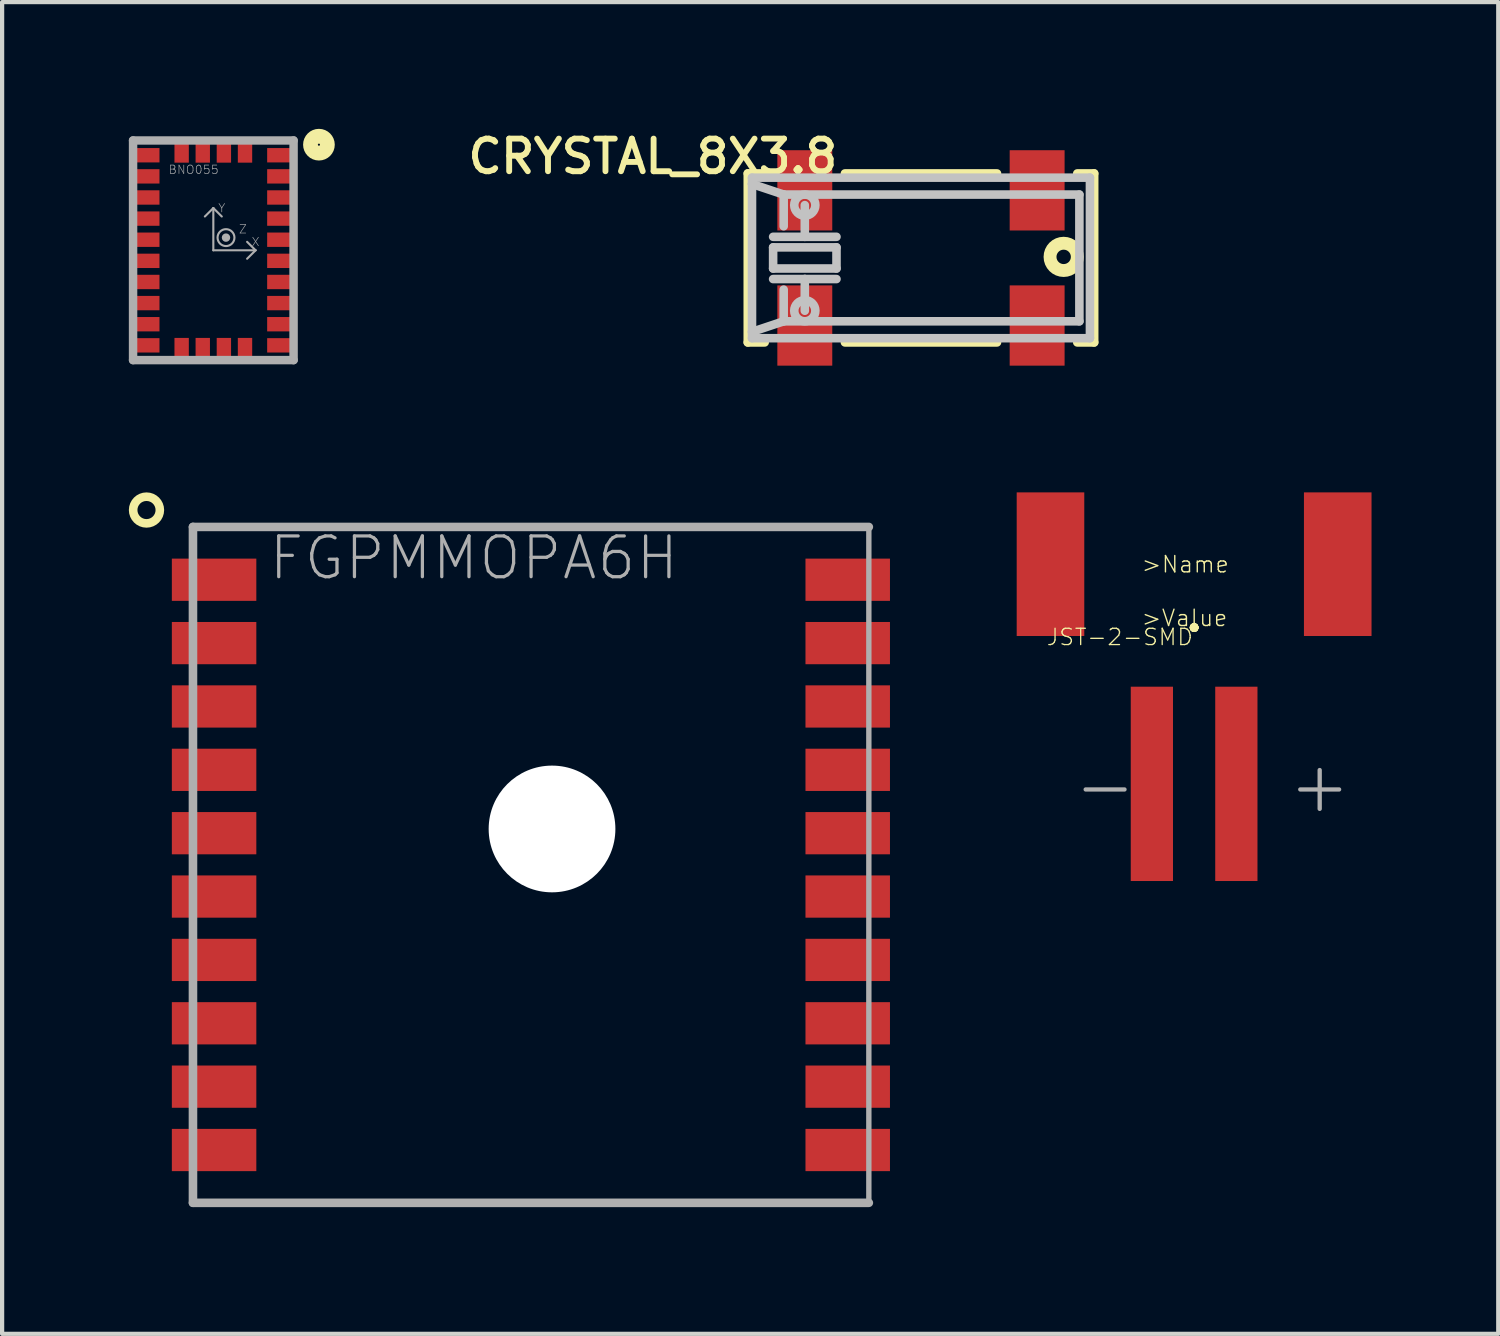
<source format=kicad_pcb>
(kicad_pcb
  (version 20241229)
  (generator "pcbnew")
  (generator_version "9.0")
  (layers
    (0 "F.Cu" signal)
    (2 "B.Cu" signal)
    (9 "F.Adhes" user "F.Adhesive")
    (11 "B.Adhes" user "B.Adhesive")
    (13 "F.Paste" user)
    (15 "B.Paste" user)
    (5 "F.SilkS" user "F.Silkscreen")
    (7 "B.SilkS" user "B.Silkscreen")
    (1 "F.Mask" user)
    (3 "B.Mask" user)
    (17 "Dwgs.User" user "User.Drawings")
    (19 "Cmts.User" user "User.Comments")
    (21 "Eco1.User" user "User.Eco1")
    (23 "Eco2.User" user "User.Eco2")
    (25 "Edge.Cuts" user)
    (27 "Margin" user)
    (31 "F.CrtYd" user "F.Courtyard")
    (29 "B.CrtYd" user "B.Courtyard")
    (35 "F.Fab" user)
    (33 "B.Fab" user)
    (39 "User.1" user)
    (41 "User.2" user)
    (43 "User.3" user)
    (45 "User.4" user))
  (footprint "CRYSTAL_8X3.8"
    (layer "F.Cu")
    (at 18.752 3.056)
    (property "Reference" "CRYSTAL_8X3.8" (at -1.9 -2.854 180) (layer "F.SilkS") (effects (font (size 0.772 0.772) (thickness 0.139)) (justify right top)))
    (attr through_hole)
    (fp_line (start -4.1 -2) (end -4.1 2) (stroke (width 0.203) (type solid)) (layer "F.SilkS"))
    (fp_line (start -4.1 2) (end -3.7 2) (stroke (width 0.203) (type solid)) (layer "F.SilkS"))
    (fp_line (start -3.7 -2) (end -4.1 -2) (stroke (width 0.203) (type solid)) (layer "F.SilkS"))
    (fp_line (start -1.8 -2) (end 1.8 -2) (stroke (width 0.203) (type solid)) (layer "F.SilkS"))
    (fp_line (start -1.8 2) (end 1.8 2) (stroke (width 0.203) (type solid)) (layer "F.SilkS"))
    (fp_line (start 3.7 -2) (end 4.1 -2) (stroke (width 0.203) (type solid)) (layer "F.SilkS"))
    (fp_line (start 4.1 -2) (end 4.1 2) (stroke (width 0.203) (type solid)) (layer "F.SilkS"))
    (fp_line (start 4.1 2) (end 3.7 2) (stroke (width 0.203) (type solid)) (layer "F.SilkS"))
    (fp_circle (center 3.378 -0.025) (end 3.701 -0.025) (stroke (width 0.305) (type solid)) (fill no) (layer "F.SilkS"))
    (fp_line (start -4 -1.9) (end 4 -1.9) (stroke (width 0.203) (type solid)) (layer "Dwgs.User"))
    (fp_line (start -4 -1.75) (end -4 -1.9) (stroke (width 0.203) (type solid)) (layer "Dwgs.User"))
    (fp_line (start -4 -1.75) (end -3.25 -1.5) (stroke (width 0.203) (type solid)) (layer "Dwgs.User"))
    (fp_line (start -4 1.75) (end -4 -1.75) (stroke (width 0.203) (type solid)) (layer "Dwgs.User"))
    (fp_line (start -4 1.75) (end -3.25 1.5) (stroke (width 0.203) (type solid)) (layer "Dwgs.User"))
    (fp_line (start -4 1.9) (end -4 1.75) (stroke (width 0.203) (type solid)) (layer "Dwgs.User"))
    (fp_line (start -3.5 -0.5) (end -2.75 -0.5) (stroke (width 0.203) (type solid)) (layer "Dwgs.User"))
    (fp_line (start -3.5 -0.25) (end -2 -0.25) (stroke (width 0.203) (type solid)) (layer "Dwgs.User"))
    (fp_line (start -3.5 0.25) (end -3.5 -0.25) (stroke (width 0.203) (type solid)) (layer "Dwgs.User"))
    (fp_line (start -3.5 0.5) (end -2.75 0.5) (stroke (width 0.203) (type solid)) (layer "Dwgs.User"))
    (fp_line (start -3.25 -1.5) (end -3.25 -0.75) (stroke (width 0.203) (type solid)) (layer "Dwgs.User"))
    (fp_line (start -3.25 -1.5) (end 3.75 -1.5) (stroke (width 0.203) (type solid)) (layer "Dwgs.User"))
    (fp_line (start -3.25 1.5) (end -3.25 0.75) (stroke (width 0.203) (type solid)) (layer "Dwgs.User"))
    (fp_line (start -2.75 -0.5) (end -2.75 -1.25) (stroke (width 0.203) (type solid)) (layer "Dwgs.User"))
    (fp_line (start -2.75 -0.5) (end -2 -0.5) (stroke (width 0.203) (type solid)) (layer "Dwgs.User"))
    (fp_line (start -2.75 0.5) (end -2.75 1.25) (stroke (width 0.203) (type solid)) (layer "Dwgs.User"))
    (fp_line (start -2.75 0.5) (end -2 0.5) (stroke (width 0.203) (type solid)) (layer "Dwgs.User"))
    (fp_line (start -2 -0.25) (end -2 0.25) (stroke (width 0.203) (type solid)) (layer "Dwgs.User"))
    (fp_line (start -2 0.25) (end -3.5 0.25) (stroke (width 0.203) (type solid)) (layer "Dwgs.User"))
    (fp_line (start 3.75 -1.5) (end 3.75 1.5) (stroke (width 0.203) (type solid)) (layer "Dwgs.User"))
    (fp_line (start 3.75 1.5) (end -3.25 1.5) (stroke (width 0.203) (type solid)) (layer "Dwgs.User"))
    (fp_line (start 4 -1.9) (end 4 1.9) (stroke (width 0.203) (type solid)) (layer "Dwgs.User"))
    (fp_line (start 4 1.9) (end -4 1.9) (stroke (width 0.203) (type solid)) (layer "Dwgs.User"))
    (fp_circle (center -2.75 -1.25) (end -2.5 -1.25) (stroke (width 0.203) (type solid)) (fill no) (layer "Dwgs.User"))
    (fp_circle (center -2.75 1.25) (end -2.5 1.25) (stroke (width 0.203) (type solid)) (fill no) (layer "Dwgs.User"))
    (pad "1" smd rect (at -2.75 -1.6) (size 1.3 1.9) (layers "F.Cu" "F.Mask" "F.Paste"))
    (pad "2" smd rect (at -2.75 1.6) (size 1.3 1.9) (layers "F.Cu" "F.Mask" "F.Paste"))
    (pad "P$2" smd rect (at 2.75 1.6) (size 1.3 1.9) (layers "F.Cu" "F.Mask" "F.Paste"))
    (pad "P$3" smd rect (at 2.75 -1.6) (size 1.3 1.9) (layers "F.Cu" "F.Mask" "F.Paste")))
  (footprint "BNO055"
    (layer "F.Cu")
    (at 2 2.875)
    (property "Reference" "BNO055" (at -1.071 -1.792 0) (layer "F.Fab") (effects (font (size 0.2 0.2) (thickness 0.015)) (justify left bottom)))
    (attr through_hole)
    (fp_circle (center 2.5 -2.5) (end 2.5 -2.3) (stroke (width 0.35) (type solid)) (fill no) (layer "F.SilkS"))
    (fp_line (start -1.9 -2.6) (end 1.9 -2.6) (stroke (width 0.2) (type solid)) (layer "F.Fab"))
    (fp_line (start -1.9 2.6) (end -1.9 -2.6) (stroke (width 0.2) (type solid)) (layer "F.Fab"))
    (fp_line (start -0.2 -0.8) (end 0 -1) (stroke (width 0.05) (type solid)) (layer "F.Fab"))
    (fp_line (start 0 -1) (end 0 0) (stroke (width 0.05) (type solid)) (layer "F.Fab"))
    (fp_line (start 0 0) (end 1 0) (stroke (width 0.05) (type solid)) (layer "F.Fab"))
    (fp_line (start 0.2 -0.8) (end 0 -1) (stroke (width 0.05) (type solid)) (layer "F.Fab"))
    (fp_line (start 0.8 -0.2) (end 1 0) (stroke (width 0.05) (type solid)) (layer "F.Fab"))
    (fp_line (start 1 0) (end 0.8 0.2) (stroke (width 0.05) (type solid)) (layer "F.Fab"))
    (fp_line (start 1.9 -2.6) (end 1.9 2.6) (stroke (width 0.2) (type solid)) (layer "F.Fab"))
    (fp_line (start 1.9 2.6) (end -1.9 2.6) (stroke (width 0.2) (type solid)) (layer "F.Fab"))
    (fp_circle (center 0.3 -0.3) (end 0.35 -0.3) (stroke (width 0.1) (type solid)) (fill no) (layer "F.Fab"))
    (fp_circle (center 0.3 -0.3) (end 0.5 -0.3) (stroke (width 0.05) (type solid)) (fill no) (layer "F.Fab"))
    (fp_text user "Y" (at 0.2 -1 0) (layer "F.Fab") (effects (font (size 0.2 0.2) (thickness 0.015))))
    (fp_text user "Z" (at 0.7 -0.5 0) (layer "F.Fab") (effects (font (size 0.2 0.2) (thickness 0.015))))
    (fp_text user "X" (at 1 -0.2 0) (layer "F.Fab") (effects (font (size 0.2 0.2) (thickness 0.015))))
    (pad "1" smd rect (at 1.562 -2.25 270) (size 0.34 0.575) (layers "F.Cu" "F.Mask" "F.Paste"))
    (pad "2" smd rect (at 0.75 -2.312 270) (size 0.475 0.34) (layers "F.Cu" "F.Mask" "F.Paste"))
    (pad "3" smd rect (at 0.25 -2.312 270) (size 0.475 0.34) (layers "F.Cu" "F.Mask" "F.Paste"))
    (pad "4" smd rect (at -0.25 -2.312 270) (size 0.475 0.34) (layers "F.Cu" "F.Mask" "F.Paste"))
    (pad "5" smd rect (at -0.75 -2.312 270) (size 0.475 0.34) (layers "F.Cu" "F.Mask" "F.Paste"))
    (pad "6" smd rect (at -1.562 -2.25 270) (size 0.34 0.575) (layers "F.Cu" "F.Mask" "F.Paste"))
    (pad "7" smd rect (at -1.562 -1.75 270) (size 0.34 0.575) (layers "F.Cu" "F.Mask" "F.Paste"))
    (pad "8" smd rect (at -1.562 -1.25 270) (size 0.34 0.575) (layers "F.Cu" "F.Mask" "F.Paste"))
    (pad "9" smd rect (at -1.562 -0.75 270) (size 0.34 0.575) (layers "F.Cu" "F.Mask" "F.Paste"))
    (pad "10" smd rect (at -1.562 -0.25 270) (size 0.34 0.575) (layers "F.Cu" "F.Mask" "F.Paste"))
    (pad "11" smd rect (at -1.562 0.25 270) (size 0.34 0.575) (layers "F.Cu" "F.Mask" "F.Paste"))
    (pad "12" smd rect (at -1.562 0.75 270) (size 0.34 0.575) (layers "F.Cu" "F.Mask" "F.Paste"))
    (pad "13" smd rect (at -1.562 1.25 270) (size 0.34 0.575) (layers "F.Cu" "F.Mask" "F.Paste"))
    (pad "14" smd rect (at -1.562 1.75 270) (size 0.34 0.575) (layers "F.Cu" "F.Mask" "F.Paste"))
    (pad "15" smd rect (at -1.562 2.25 270) (size 0.34 0.575) (layers "F.Cu" "F.Mask" "F.Paste"))
    (pad "16" smd rect (at -0.75 2.312 270) (size 0.475 0.34) (layers "F.Cu" "F.Mask" "F.Paste"))
    (pad "17" smd rect (at -0.25 2.312 270) (size 0.475 0.34) (layers "F.Cu" "F.Mask" "F.Paste"))
    (pad "18" smd rect (at 0.25 2.312 270) (size 0.475 0.34) (layers "F.Cu" "F.Mask" "F.Paste"))
    (pad "19" smd rect (at 0.75 2.312 270) (size 0.475 0.34) (layers "F.Cu" "F.Mask" "F.Paste"))
    (pad "20" smd rect (at 1.562 2.25 270) (size 0.34 0.575) (layers "F.Cu" "F.Mask" "F.Paste"))
    (pad "21" smd rect (at 1.562 1.75 270) (size 0.34 0.575) (layers "F.Cu" "F.Mask" "F.Paste"))
    (pad "22" smd rect (at 1.562 1.25 270) (size 0.34 0.575) (layers "F.Cu" "F.Mask" "F.Paste"))
    (pad "23" smd rect (at 1.562 0.75 270) (size 0.34 0.575) (layers "F.Cu" "F.Mask" "F.Paste"))
    (pad "24" smd rect (at 1.562 0.25 270) (size 0.34 0.575) (layers "F.Cu" "F.Mask" "F.Paste"))
    (pad "25" smd rect (at 1.562 -0.25 270) (size 0.34 0.575) (layers "F.Cu" "F.Mask" "F.Paste"))
    (pad "26" smd rect (at 1.562 -0.75 270) (size 0.34 0.575) (layers "F.Cu" "F.Mask" "F.Paste"))
    (pad "27" smd rect (at 1.562 -1.25 270) (size 0.34 0.575) (layers "F.Cu" "F.Mask" "F.Paste"))
    (pad "28" smd rect (at 1.562 -1.75 270) (size 0.34 0.575) (layers "F.Cu" "F.Mask" "F.Paste")))
  (footprint "FGPMMOPA6H"
    (layer "F.Cu")
    (at 9.518 17.424)
    (property "Reference" "FGPMMOPA6H" (at -6.25 -6.7 0) (layer "F.Fab") (effects (font (size 0.965 0.965) (thickness 0.077)) (justify left bottom)))
    (attr through_hole)
    (fp_circle (center -9.1 -8.4) (end -8.784 -8.4) (stroke (width 0.203) (type solid)) (fill no) (layer "F.SilkS"))
    (fp_circle (center 0.5 -0.85) (end 1 -0.85) (stroke (width 0.813) (type solid)) (fill no) (layer "Dwgs.User"))
    (fp_line (start -8 -8) (end 8 -8) (stroke (width 0.203) (type solid)) (layer "F.Fab"))
    (fp_line (start -8 8) (end -8 -8) (stroke (width 0.203) (type solid)) (layer "F.Fab"))
    (fp_line (start 8 -8) (end 8 8) (stroke (width 0.127) (type solid)) (layer "F.Fab"))
    (fp_line (start 8 8) (end -8 8) (stroke (width 0.203) (type solid)) (layer "F.Fab"))
    (pad "" np_thru_hole circle (at 0.5 -0.85) (size 3 3) (drill 3) (layers "*.Cu"))
    (pad "1" smd rect (at -7.5 -6.75) (size 2 1) (layers "F.Cu" "F.Mask" "F.Paste"))
    (pad "2" smd rect (at -7.5 -5.25) (size 2 1) (layers "F.Cu" "F.Mask" "F.Paste"))
    (pad "3" smd rect (at -7.5 -3.75) (size 2 1) (layers "F.Cu" "F.Mask" "F.Paste"))
    (pad "4" smd rect (at -7.5 -2.25) (size 2 1) (layers "F.Cu" "F.Mask" "F.Paste"))
    (pad "5" smd rect (at -7.5 -0.75) (size 2 1) (layers "F.Cu" "F.Mask" "F.Paste"))
    (pad "6" smd rect (at -7.5 0.75) (size 2 1) (layers "F.Cu" "F.Mask" "F.Paste"))
    (pad "7" smd rect (at -7.5 2.25) (size 2 1) (layers "F.Cu" "F.Mask" "F.Paste"))
    (pad "8" smd rect (at -7.5 3.75) (size 2 1) (layers "F.Cu" "F.Mask" "F.Paste"))
    (pad "9" smd rect (at -7.5 5.25) (size 2 1) (layers "F.Cu" "F.Mask" "F.Paste"))
    (pad "10" smd rect (at -7.5 6.75) (size 2 1) (layers "F.Cu" "F.Mask" "F.Paste"))
    (pad "11" smd rect (at 7.5 6.75 180) (size 2 1) (layers "F.Cu" "F.Mask" "F.Paste"))
    (pad "12" smd rect (at 7.5 5.25 180) (size 2 1) (layers "F.Cu" "F.Mask" "F.Paste"))
    (pad "13" smd rect (at 7.5 3.75 180) (size 2 1) (layers "F.Cu" "F.Mask" "F.Paste"))
    (pad "14" smd rect (at 7.5 2.25 180) (size 2 1) (layers "F.Cu" "F.Mask" "F.Paste"))
    (pad "15" smd rect (at 7.5 0.75 180) (size 2 1) (layers "F.Cu" "F.Mask" "F.Paste"))
    (pad "16" smd rect (at 7.5 -0.75 180) (size 2 1) (layers "F.Cu" "F.Mask" "F.Paste"))
    (pad "17" smd rect (at 7.5 -2.25 180) (size 2 1) (layers "F.Cu" "F.Mask" "F.Paste"))
    (pad "18" smd rect (at 7.5 -3.75 180) (size 2 1) (layers "F.Cu" "F.Mask" "F.Paste"))
    (pad "19" smd rect (at 7.5 -5.25 180) (size 2 1) (layers "F.Cu" "F.Mask" "F.Paste"))
    (pad "20" smd rect (at 7.5 -6.75 180) (size 2 1) (layers "F.Cu" "F.Mask" "F.Paste")))
  (footprint "JST-2-SMD"
    (layer "F.Cu")
    (at 25.218 11.806)
    (property "Reference" "JST-2-SMD" (at 0 0 0) (layer "F.SilkS") (effects (font (size 0.386 0.386) (thickness 0.031)) (justify right top)))
    (attr through_hole)
    (fp_line (start 0 0) (end 0 0) (stroke (width 0.203) (type solid)) (layer "F.SilkS"))
    (fp_line (start 0 0) (end 0 0) (stroke (width 0.203) (type solid)) (layer "F.SilkS"))
    (fp_line (start 0 0) (end 0 0) (stroke (width 0.203) (type solid)) (layer "F.SilkS"))
    (fp_line (start 0 0) (end 0 0) (stroke (width 0.203) (type solid)) (layer "F.SilkS"))
    (fp_line (start 0 0) (end 0 0) (stroke (width 0.203) (type solid)) (layer "F.SilkS"))
    (fp_line (start 0 0) (end 0 0) (stroke (width 0.203) (type solid)) (layer "F.SilkS"))
    (fp_line (start 0 0) (end 0 0) (stroke (width 0.203) (type solid)) (layer "F.SilkS"))
    (fp_line (start 0 0) (end 0 0) (stroke (width 0.203) (type solid)) (layer "F.SilkS"))
    (fp_line (start 0 0) (end 0 0) (stroke (width 0.203) (type solid)) (layer "F.SilkS"))
    (fp_text user ">Name" (at -1.27 -1.27 0) (layer "F.SilkS") (effects (font (size 0.386 0.386) (thickness 0.033)) (justify left bottom)))
    (fp_text user ">Value" (at -1.27 0 0) (layer "F.SilkS") (effects (font (size 0.386 0.386) (thickness 0.033)) (justify left bottom)))
    (fp_text user "-" (at -2.921 4.445 0) (layer "F.Fab") (effects (font (size 1.206 1.206) (thickness 0.102)) (justify left bottom)))
    (fp_text user "+" (at 2.159 4.445 0) (layer "F.Fab") (effects (font (size 1.206 1.206) (thickness 0.102)) (justify left bottom)))
    (pad "+" smd rect (at 1 3.7) (size 1 4.6) (layers "F.Cu" "F.Mask" "F.Paste"))
    (pad "-" smd rect (at -1 3.7) (size 1 4.6) (layers "F.Cu" "F.Mask" "F.Paste"))
    (pad "NC1" smd rect (at -3.4 -1.5 90) (size 3.4 1.6) (layers "F.Cu" "F.Mask" "F.Paste"))
    (pad "NC2" smd rect (at 3.4 -1.5 90) (size 3.4 1.6) (layers "F.Cu" "F.Mask" "F.Paste")))
  (gr_rect
    (start -3 -3)
    (end 32.418 28.526)
    (stroke (width 0.1) (type default))
    (fill no)
    (layer "Edge.Cuts")))
</source>
